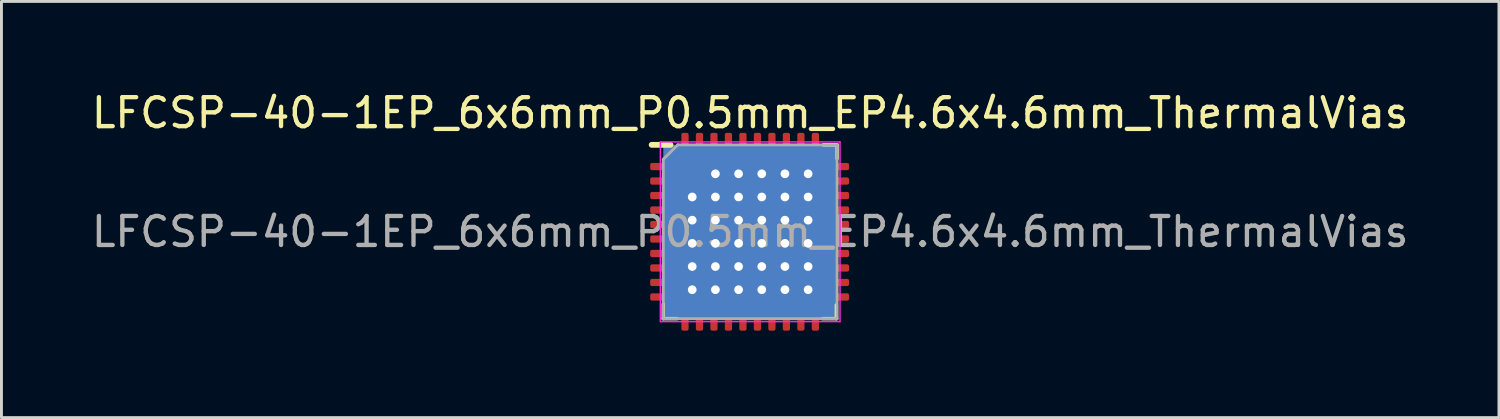
<source format=kicad_pcb>
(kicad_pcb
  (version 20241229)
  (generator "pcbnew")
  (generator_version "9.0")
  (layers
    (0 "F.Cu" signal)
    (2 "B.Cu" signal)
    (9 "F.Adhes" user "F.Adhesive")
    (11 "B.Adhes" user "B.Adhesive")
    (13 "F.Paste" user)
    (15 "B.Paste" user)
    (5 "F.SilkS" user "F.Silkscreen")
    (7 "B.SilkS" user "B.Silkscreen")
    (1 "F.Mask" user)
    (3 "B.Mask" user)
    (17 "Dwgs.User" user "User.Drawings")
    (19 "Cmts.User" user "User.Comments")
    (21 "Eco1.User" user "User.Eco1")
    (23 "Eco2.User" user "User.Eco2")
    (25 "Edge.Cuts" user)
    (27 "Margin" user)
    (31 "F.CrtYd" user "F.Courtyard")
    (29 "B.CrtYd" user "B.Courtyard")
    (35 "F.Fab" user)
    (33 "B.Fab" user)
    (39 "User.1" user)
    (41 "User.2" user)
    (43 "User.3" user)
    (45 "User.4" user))
  (footprint "LFCSP-40-1EP_6x6mm_P0.5mm_EP4.6x4.6mm_ThermalVias"
    (layer "F.Cu")
    (at 22.839 4.948)
    (property "Reference" "LFCSP-40-1EP_6x6mm_P0.5mm_EP4.6x4.6mm_ThermalVias" (at 0 -4.1 0) (layer "F.SilkS") (effects (font (size 1 1) (thickness 0.15))))
    (attr smd)
    (fp_poly (pts (xy 2.3 2.3) (xy -2.3 2.3) (xy -2.3 -2) (xy -2 -2.3) (xy 2.3 -2.3)) (stroke (width 0.1) (type solid)) (fill yes) (layer "F.Mask"))
    (fp_line (start -3 3) (end -3 2.5) (stroke (width 0.12) (type solid)) (layer "F.SilkS"))
    (fp_line (start -2.75 -3) (end -3.4 -3) (stroke (width 0.2) (type solid)) (layer "F.SilkS"))
    (fp_line (start -2.525 3) (end -3 3) (stroke (width 0.12) (type solid)) (layer "F.SilkS"))
    (fp_line (start 2.5 3) (end 2.975 3) (stroke (width 0.12) (type solid)) (layer "F.SilkS"))
    (fp_line (start 2.525 -3) (end 3 -3) (stroke (width 0.12) (type solid)) (layer "F.SilkS"))
    (fp_line (start 2.975 3) (end 2.975 2.525) (stroke (width 0.12) (type solid)) (layer "F.SilkS"))
    (fp_line (start 3 -3) (end 3 -2.525) (stroke (width 0.12) (type solid)) (layer "F.SilkS"))
    (fp_poly (pts (xy 2.3 2.3) (xy -2.3 2.3) (xy -2.3 -2) (xy -2 -2.3) (xy 2.3 -2.3)) (stroke (width 0.1) (type solid)) (fill yes) (layer "F.Paste"))
    (fp_line (start -3.1 -3.1) (end -3.1 3.1) (stroke (width 0.05) (type solid)) (layer "F.CrtYd"))
    (fp_line (start -3.1 3.1) (end 3.1 3.1) (stroke (width 0.05) (type solid)) (layer "F.CrtYd"))
    (fp_line (start 3.1 -3.1) (end -3.1 -3.1) (stroke (width 0.05) (type solid)) (layer "F.CrtYd"))
    (fp_line (start 3.1 3.1) (end 3.1 -3.1) (stroke (width 0.05) (type solid)) (layer "F.CrtYd"))
    (fp_line (start -3 -2.5) (end -2.5 -3) (stroke (width 0.1) (type solid)) (layer "F.Fab"))
    (fp_line (start -3 3) (end -3 -2.5) (stroke (width 0.1) (type solid)) (layer "F.Fab"))
    (fp_line (start -2.5 -3) (end 3 -3) (stroke (width 0.1) (type solid)) (layer "F.Fab"))
    (fp_line (start 3 -3) (end 3 3) (stroke (width 0.1) (type solid)) (layer "F.Fab"))
    (fp_line (start 3 3) (end -3 3) (stroke (width 0.1) (type solid)) (layer "F.Fab"))
    (fp_text user "${REFERENCE}" (at 0 0 0) (layer "F.Fab") (effects (font (size 1 1) (thickness 0.15))))
    (pad "1" smd roundrect (at -3.038 -2.25) (size 0.825 0.25) (layers "F.Cu" "F.Mask" "F.Paste") (roundrect_rratio 0.25))
    (pad "2" smd roundrect (at -3.038 -1.75) (size 0.825 0.25) (layers "F.Cu" "F.Mask" "F.Paste") (roundrect_rratio 0.25))
    (pad "3" smd roundrect (at -3.038 -1.25) (size 0.825 0.25) (layers "F.Cu" "F.Mask" "F.Paste") (roundrect_rratio 0.25))
    (pad "4" smd roundrect (at -3.038 -0.75) (size 0.825 0.25) (layers "F.Cu" "F.Mask" "F.Paste") (roundrect_rratio 0.25))
    (pad "5" smd roundrect (at -3.038 -0.25) (size 0.825 0.25) (layers "F.Cu" "F.Mask" "F.Paste") (roundrect_rratio 0.25))
    (pad "6" smd roundrect (at -3.038 0.25) (size 0.825 0.25) (layers "F.Cu" "F.Mask" "F.Paste") (roundrect_rratio 0.25))
    (pad "7" smd roundrect (at -3.038 0.75) (size 0.825 0.25) (layers "F.Cu" "F.Mask" "F.Paste") (roundrect_rratio 0.25))
    (pad "8" smd roundrect (at -3.038 1.25) (size 0.825 0.25) (layers "F.Cu" "F.Mask" "F.Paste") (roundrect_rratio 0.25))
    (pad "9" smd roundrect (at -3.038 1.75 90) (size 0.25 0.825) (layers "F.Cu" "F.Mask" "F.Paste") (roundrect_rratio 0.25))
    (pad "10" smd roundrect (at -3.038 2.25 90) (size 0.25 0.825) (layers "F.Cu" "F.Mask" "F.Paste") (roundrect_rratio 0.25))
    (pad "11" smd roundrect (at -2.25 3) (size 0.25 0.825) (layers "F.Cu" "F.Mask" "F.Paste") (roundrect_rratio 0.25))
    (pad "12" smd roundrect (at -1.75 3) (size 0.25 0.825) (layers "F.Cu" "F.Mask" "F.Paste") (roundrect_rratio 0.25))
    (pad "13" smd roundrect (at -1.25 3) (size 0.25 0.825) (layers "F.Cu" "F.Mask" "F.Paste") (roundrect_rratio 0.25))
    (pad "14" smd roundrect (at -0.75 3) (size 0.25 0.825) (layers "F.Cu" "F.Mask" "F.Paste") (roundrect_rratio 0.25))
    (pad "15" smd roundrect (at -0.25 3) (size 0.25 0.825) (layers "F.Cu" "F.Mask" "F.Paste") (roundrect_rratio 0.25))
    (pad "16" smd roundrect (at 0.25 3) (size 0.25 0.825) (layers "F.Cu" "F.Mask" "F.Paste") (roundrect_rratio 0.25))
    (pad "17" smd roundrect (at 0.75 3 90) (size 0.825 0.25) (layers "F.Cu" "F.Mask" "F.Paste") (roundrect_rratio 0.25))
    (pad "18" smd roundrect (at 1.25 3 90) (size 0.825 0.25) (layers "F.Cu" "F.Mask" "F.Paste") (roundrect_rratio 0.25))
    (pad "19" smd roundrect (at 1.75 3 90) (size 0.825 0.25) (layers "F.Cu" "F.Mask" "F.Paste") (roundrect_rratio 0.25))
    (pad "20" smd roundrect (at 2.25 3 90) (size 0.825 0.25) (layers "F.Cu" "F.Mask" "F.Paste") (roundrect_rratio 0.25))
    (pad "21" smd roundrect (at 3 2.25) (size 0.825 0.25) (layers "F.Cu" "F.Mask" "F.Paste") (roundrect_rratio 0.25))
    (pad "22" smd roundrect (at 3 1.75) (size 0.825 0.25) (layers "F.Cu" "F.Mask" "F.Paste") (roundrect_rratio 0.25))
    (pad "23" smd roundrect (at 3 1.25) (size 0.825 0.25) (layers "F.Cu" "F.Mask" "F.Paste") (roundrect_rratio 0.25))
    (pad "24" smd roundrect (at 3 0.75) (size 0.825 0.25) (layers "F.Cu" "F.Mask" "F.Paste") (roundrect_rratio 0.25))
    (pad "25" smd roundrect (at 3 0.25 90) (size 0.25 0.825) (layers "F.Cu" "F.Mask" "F.Paste") (roundrect_rratio 0.25))
    (pad "26" smd roundrect (at 3 -0.25 90) (size 0.25 0.825) (layers "F.Cu" "F.Mask" "F.Paste") (roundrect_rratio 0.25))
    (pad "27" smd roundrect (at 3 -0.75 90) (size 0.25 0.825) (layers "F.Cu" "F.Mask" "F.Paste") (roundrect_rratio 0.25))
    (pad "28" smd roundrect (at 3 -1.25 90) (size 0.25 0.825) (layers "F.Cu" "F.Mask" "F.Paste") (roundrect_rratio 0.25))
    (pad "29" smd roundrect (at 3 -1.75 90) (size 0.25 0.825) (layers "F.Cu" "F.Mask" "F.Paste") (roundrect_rratio 0.25))
    (pad "30" smd roundrect (at 3 -2.25 90) (size 0.25 0.825) (layers "F.Cu" "F.Mask" "F.Paste") (roundrect_rratio 0.25))
    (pad "31" smd roundrect (at 2.25 -3) (size 0.25 0.825) (layers "F.Cu" "F.Mask" "F.Paste") (roundrect_rratio 0.25))
    (pad "32" smd roundrect (at 1.75 -3) (size 0.25 0.825) (layers "F.Cu" "F.Mask" "F.Paste") (roundrect_rratio 0.25))
    (pad "33" smd roundrect (at 1.25 -3) (size 0.25 0.825) (layers "F.Cu" "F.Mask" "F.Paste") (roundrect_rratio 0.25))
    (pad "34" smd roundrect (at 0.75 -3) (size 0.25 0.825) (layers "F.Cu" "F.Mask" "F.Paste") (roundrect_rratio 0.25))
    (pad "35" smd roundrect (at 0.25 -3) (size 0.25 0.825) (layers "F.Cu" "F.Mask" "F.Paste") (roundrect_rratio 0.25))
    (pad "36" smd roundrect (at -0.25 -3) (size 0.25 0.825) (layers "F.Cu" "F.Mask" "F.Paste") (roundrect_rratio 0.25))
    (pad "37" smd roundrect (at -0.75 -3) (size 0.25 0.825) (layers "F.Cu" "F.Mask" "F.Paste") (roundrect_rratio 0.25))
    (pad "38" smd roundrect (at -1.25 -3) (size 0.25 0.825) (layers "F.Cu" "F.Mask" "F.Paste") (roundrect_rratio 0.25))
    (pad "39" smd roundrect (at -1.75 -3) (size 0.25 0.825) (layers "F.Cu" "F.Mask" "F.Paste") (roundrect_rratio 0.25))
    (pad "40" smd roundrect (at -2.25 -3) (size 0.25 0.825) (layers "F.Cu" "F.Mask" "F.Paste") (roundrect_rratio 0.25))
    (pad "41" thru_hole circle (at -2 -1.2) (size 0.5 0.5) (drill 0.3) (layers "*.Cu"))
    (pad "41" thru_hole circle (at -2 -0.4) (size 0.5 0.5) (drill 0.3) (layers "*.Cu"))
    (pad "41" thru_hole circle (at -2 0.4) (size 0.5 0.5) (drill 0.3) (layers "*.Cu"))
    (pad "41" thru_hole circle (at -2 1.2) (size 0.5 0.5) (drill 0.3) (layers "*.Cu"))
    (pad "41" thru_hole circle (at -2 2) (size 0.5 0.5) (drill 0.3) (layers "*.Cu"))
    (pad "41" thru_hole circle (at -1.2 -2) (size 0.5 0.5) (drill 0.3) (property pad_prop_heatsink) (layers "*.Cu" "*.Mask"))
    (pad "41" thru_hole circle (at -1.2 -1.2) (size 0.5 0.5) (drill 0.3) (layers "*.Cu"))
    (pad "41" thru_hole circle (at -1.2 -0.4) (size 0.5 0.5) (drill 0.3) (layers "*.Cu"))
    (pad "41" thru_hole circle (at -1.2 0.4) (size 0.5 0.5) (drill 0.3) (layers "*.Cu"))
    (pad "41" thru_hole circle (at -1.2 1.2) (size 0.5 0.5) (drill 0.3) (layers "*.Cu"))
    (pad "41" thru_hole circle (at -1.2 2) (size 0.5 0.5) (drill 0.3) (layers "*.Cu"))
    (pad "41" thru_hole circle (at -0.4 -2) (size 0.5 0.5) (drill 0.3) (layers "*.Cu"))
    (pad "41" thru_hole circle (at -0.4 -1.2) (size 0.5 0.5) (drill 0.3) (layers "*.Cu"))
    (pad "41" thru_hole circle (at -0.4 -0.4) (size 0.5 0.5) (drill 0.3) (layers "*.Cu"))
    (pad "41" thru_hole circle (at -0.4 0.4) (size 0.5 0.5) (drill 0.3) (layers "*.Cu"))
    (pad "41" thru_hole circle (at -0.4 1.2) (size 0.5 0.5) (drill 0.3) (layers "*.Cu"))
    (pad "41" thru_hole circle (at -0.4 2) (size 0.5 0.5) (drill 0.3) (layers "*.Cu"))
    (pad "41" smd custom (at 0 0) (size 4.2 4.2) (layers "F.Cu" "F.Mask") (options (anchor circle)) (primitives (gr_poly (pts (xy 2.074 -2.097) (xy 2.088 -2.088) (xy 2.097 -2.074) (xy 2.1 -2.058) (xy 2.1 2.058) (xy 2.097 2.074) (xy 2.088 2.088) (xy 2.074 2.097) (xy 2.058 2.1) (xy -2.058 2.1) (xy -2.074 2.097) (xy -2.088 2.088) (xy -2.097 2.074) (xy -2.1 2.058) (xy -2.1 -2.058) (xy -2.097 -2.074) (xy -2.088 -2.088) (xy -2.074 -2.097) (xy -2.058 -2.1) (xy 2.058 -2.1)) (width 0) (fill yes)) (gr_poly (pts (xy 2.25 2.25) (xy -2.25 2.25) (xy -2.25 -2) (xy -2 -2.25) (xy 2.25 -2.25)) (width 0.1) (fill yes))))
    (pad "41" smd rect (at 0 0) (size 6 6) (layers "B.Cu"))
    (pad "41" thru_hole circle (at 0.4 -2) (size 0.5 0.5) (drill 0.3) (layers "*.Cu"))
    (pad "41" thru_hole circle (at 0.4 -1.2) (size 0.5 0.5) (drill 0.3) (layers "*.Cu"))
    (pad "41" thru_hole circle (at 0.4 -0.4) (size 0.5 0.5) (drill 0.3) (layers "*.Cu"))
    (pad "41" thru_hole circle (at 0.4 0.4) (size 0.5 0.5) (drill 0.3) (layers "*.Cu"))
    (pad "41" thru_hole circle (at 0.4 1.2) (size 0.5 0.5) (drill 0.3) (layers "*.Cu"))
    (pad "41" thru_hole circle (at 0.4 2) (size 0.5 0.5) (drill 0.3) (layers "*.Cu"))
    (pad "41" thru_hole circle (at 1.2 -2) (size 0.5 0.5) (drill 0.3) (layers "*.Cu"))
    (pad "41" thru_hole circle (at 1.2 -1.2) (size 0.5 0.5) (drill 0.3) (layers "*.Cu"))
    (pad "41" thru_hole circle (at 1.2 -0.4) (size 0.5 0.5) (drill 0.3) (layers "*.Cu"))
    (pad "41" thru_hole circle (at 1.2 0.4) (size 0.5 0.5) (drill 0.3) (layers "*.Cu"))
    (pad "41" thru_hole circle (at 1.2 1.2) (size 0.5 0.5) (drill 0.3) (layers "*.Cu"))
    (pad "41" thru_hole circle (at 1.2 2) (size 0.5 0.5) (drill 0.3) (layers "*.Cu"))
    (pad "41" thru_hole circle (at 2 -2) (size 0.5 0.5) (drill 0.3) (layers "*.Cu"))
    (pad "41" thru_hole circle (at 2 -1.2) (size 0.5 0.5) (drill 0.3) (layers "*.Cu"))
    (pad "41" thru_hole circle (at 2 -0.4) (size 0.5 0.5) (drill 0.3) (layers "*.Cu"))
    (pad "41" thru_hole circle (at 2 0.4) (size 0.5 0.5) (drill 0.3) (layers "*.Cu"))
    (pad "41" thru_hole circle (at 2 1.2) (size 0.5 0.5) (drill 0.3) (layers "*.Cu"))
    (pad "41" thru_hole circle (at 2 2) (size 0.5 0.5) (drill 0.3) (layers "*.Cu")))
  (gr_rect
    (start -3 -3)
    (end 48.679 11.361)
    (stroke (width 0.1) (type default))
    (fill no)
    (layer "Edge.Cuts")))
</source>
